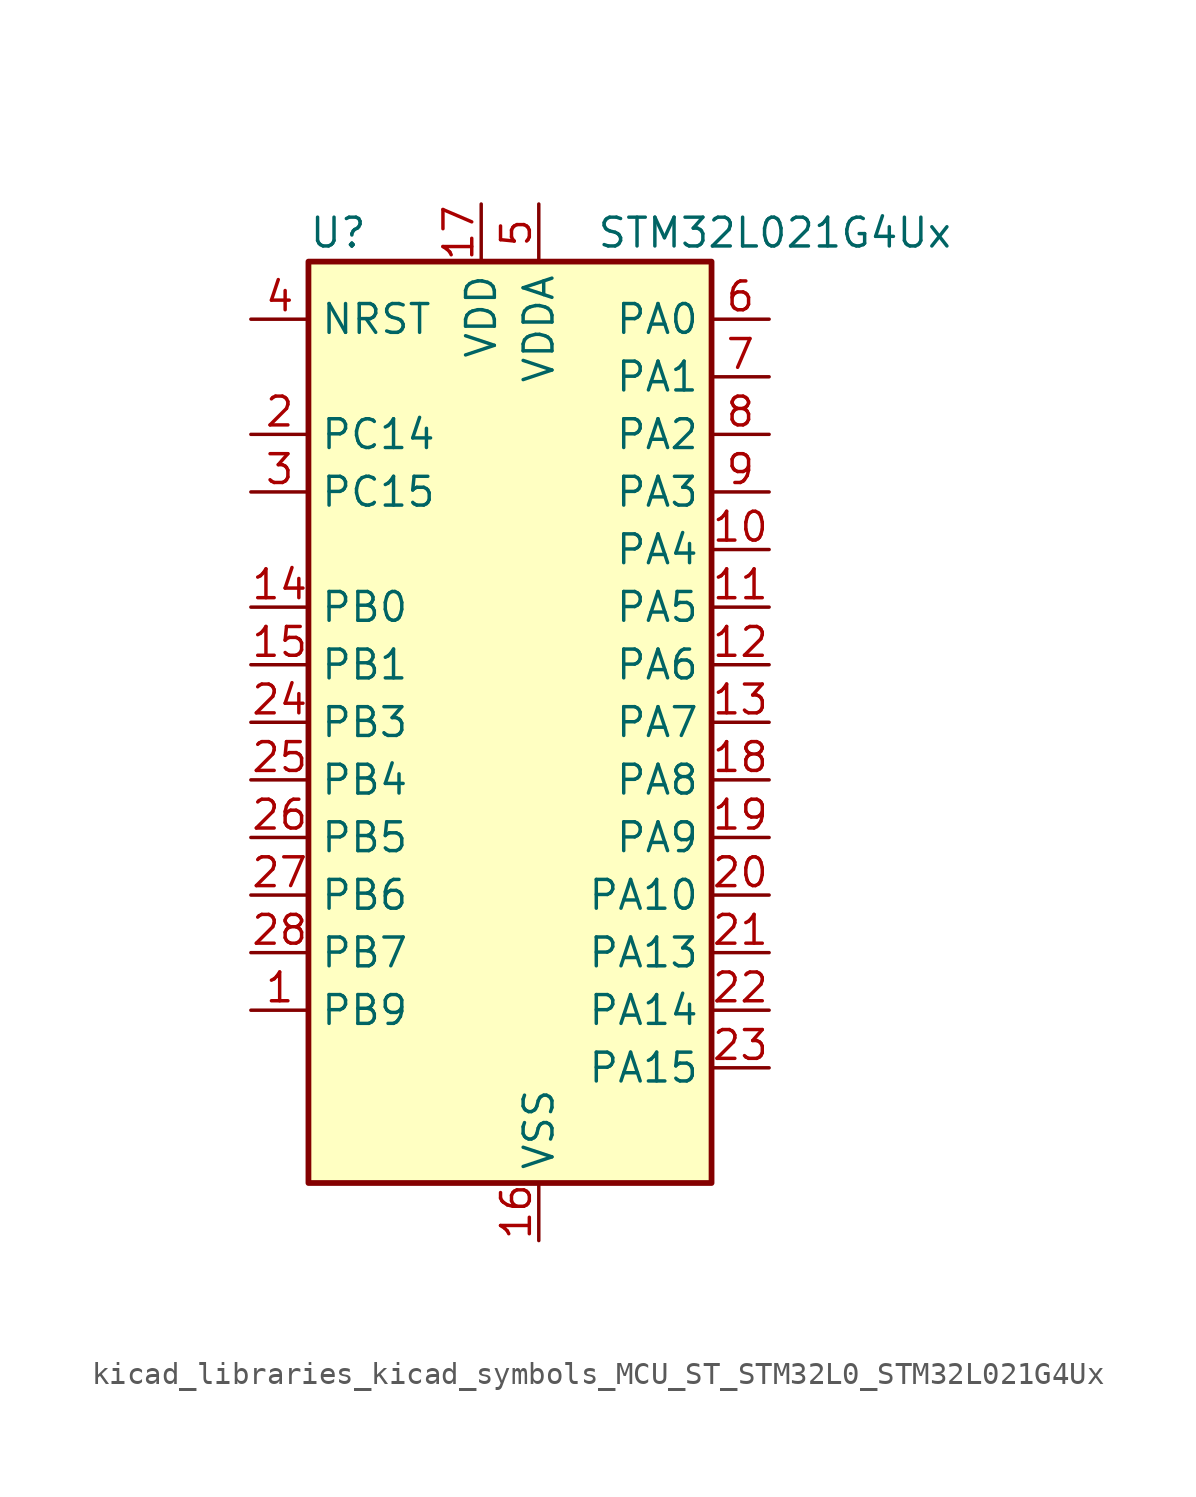
<source format=kicad_sym>
(kicad_symbol_lib
  (version 20220914)
  (generator kicad_symbol_editor)
  (symbol "kicad_libraries_kicad_symbols_MCU_ST_STM32L0_STM32L021G4Ux"
    (property "Reference" "U"
      (at -7.62 21.59 0)
      (effects (font (size 1.27 1.27)) (justify left)))
    (property "Value" "STM32L021G4Ux"
      (at 5.08 21.59 0)
      (effects (font (size 1.27 1.27)) (justify left)))
    (property "ki_locked" ""
      (at 0 0 0)
      (effects (font (size 1.27 1.27))))
    (symbol "kicad_libraries_kicad_symbols_MCU_ST_STM32L0_STM32L021G4Ux_0_1"
      (rectangle (start -7.62 -20.32) (end 10.16 20.32) (stroke (width 0.254) (type default)) (fill (type background))))
    (symbol "kicad_libraries_kicad_symbols_MCU_ST_STM32L0_STM32L021G4Ux_1_1"
      (pin bidirectional line (at -10.16 -12.7 0) (length 2.54) (name "PB9" (effects (font (size 1.27 1.27)))) (number "1" (effects (font (size 1.27 1.27)))))
      (pin bidirectional line (at 12.7 7.62 180) (length 2.54) (name "PA4" (effects (font (size 1.27 1.27)))) (number "10" (effects (font (size 1.27 1.27)))) (alternate "ADC_IN4" bidirectional line) (alternate "COMP1_INM" bidirectional line) (alternate "COMP2_INM" bidirectional line) (alternate "COMP2_OUT" bidirectional line) (alternate "I2C1_SCL" bidirectional line) (alternate "LPTIM1_ETR" bidirectional line) (alternate "LPTIM1_IN1" bidirectional line) (alternate "LPUART1_TX" bidirectional line) (alternate "SPI1_NSS" bidirectional line) (alternate "TIM2_ETR" bidirectional line) (alternate "USART2_CK" bidirectional line))
      (pin bidirectional line (at 12.7 5.08 180) (length 2.54) (name "PA5" (effects (font (size 1.27 1.27)))) (number "11" (effects (font (size 1.27 1.27)))) (alternate "ADC_IN5" bidirectional line) (alternate "COMP1_INM" bidirectional line) (alternate "COMP2_INM" bidirectional line) (alternate "LPTIM1_IN2" bidirectional line) (alternate "SPI1_SCK" bidirectional line) (alternate "TIM2_CH1" bidirectional line) (alternate "TIM2_ETR" bidirectional line))
      (pin bidirectional line (at 12.7 2.54 180) (length 2.54) (name "PA6" (effects (font (size 1.27 1.27)))) (number "12" (effects (font (size 1.27 1.27)))) (alternate "ADC_IN6" bidirectional line) (alternate "COMP1_OUT" bidirectional line) (alternate "LPTIM1_ETR" bidirectional line) (alternate "LPUART1_CTS" bidirectional line) (alternate "SPI1_MISO" bidirectional line))
      (pin bidirectional line (at 12.7 0 180) (length 2.54) (name "PA7" (effects (font (size 1.27 1.27)))) (number "13" (effects (font (size 1.27 1.27)))) (alternate "ADC_IN7" bidirectional line) (alternate "COMP2_INP" bidirectional line) (alternate "COMP2_OUT" bidirectional line) (alternate "LPTIM1_OUT" bidirectional line) (alternate "SPI1_MOSI" bidirectional line) (alternate "TIM21_ETR" bidirectional line) (alternate "USART2_CTS" bidirectional line))
      (pin bidirectional line (at -10.16 5.08 0) (length 2.54) (name "PB0" (effects (font (size 1.27 1.27)))) (number "14" (effects (font (size 1.27 1.27)))) (alternate "ADC_IN8" bidirectional line) (alternate "SPI1_MISO" bidirectional line) (alternate "SYS_VREF_OUT_PB0" bidirectional line) (alternate "TIM2_CH2" bidirectional line) (alternate "TIM2_CH3" bidirectional line) (alternate "USART2_DE" bidirectional line) (alternate "USART2_RTS" bidirectional line))
      (pin bidirectional line (at -10.16 2.54 0) (length 2.54) (name "PB1" (effects (font (size 1.27 1.27)))) (number "15" (effects (font (size 1.27 1.27)))) (alternate "ADC_IN9" bidirectional line) (alternate "LPTIM1_IN1" bidirectional line) (alternate "LPUART1_DE" bidirectional line) (alternate "LPUART1_RTS" bidirectional line) (alternate "SPI1_MOSI" bidirectional line) (alternate "SYS_VREF_OUT_PB1" bidirectional line) (alternate "TIM2_CH4" bidirectional line) (alternate "USART2_CK" bidirectional line))
      (pin power_in line (at 2.54 -22.86 90) (length 2.54) (name "VSS" (effects (font (size 1.27 1.27)))) (number "16" (effects (font (size 1.27 1.27)))))
      (pin power_in line (at 0 22.86 270) (length 2.54) (name "VDD" (effects (font (size 1.27 1.27)))) (number "17" (effects (font (size 1.27 1.27)))))
      (pin bidirectional line (at 12.7 -2.54 180) (length 2.54) (name "PA8" (effects (font (size 1.27 1.27)))) (number "18" (effects (font (size 1.27 1.27)))) (alternate "LPTIM1_IN1" bidirectional line) (alternate "RCC_MCO" bidirectional line) (alternate "TIM2_CH1" bidirectional line) (alternate "USART2_CK" bidirectional line))
      (pin bidirectional line (at 12.7 -5.08 180) (length 2.54) (name "PA9" (effects (font (size 1.27 1.27)))) (number "19" (effects (font (size 1.27 1.27)))) (alternate "COMP1_OUT" bidirectional line) (alternate "I2C1_SCL" bidirectional line) (alternate "LPTIM1_OUT" bidirectional line) (alternate "RCC_MCO" bidirectional line) (alternate "TIM21_CH2" bidirectional line) (alternate "USART2_TX" bidirectional line))
      (pin bidirectional line (at -10.16 12.7 0) (length 2.54) (name "PC14" (effects (font (size 1.27 1.27)))) (number "2" (effects (font (size 1.27 1.27)))) (alternate "RCC_OSC32_IN" bidirectional line))
      (pin bidirectional line (at 12.7 -7.62 180) (length 2.54) (name "PA10" (effects (font (size 1.27 1.27)))) (number "20" (effects (font (size 1.27 1.27)))) (alternate "COMP1_OUT" bidirectional line) (alternate "I2C1_SDA" bidirectional line) (alternate "RTC_REFIN" bidirectional line) (alternate "TIM21_CH1" bidirectional line) (alternate "TIM2_CH3" bidirectional line) (alternate "USART2_RX" bidirectional line))
      (pin bidirectional line (at 12.7 -10.16 180) (length 2.54) (name "PA13" (effects (font (size 1.27 1.27)))) (number "21" (effects (font (size 1.27 1.27)))) (alternate "COMP1_OUT" bidirectional line) (alternate "I2C1_SDA" bidirectional line) (alternate "LPTIM1_ETR" bidirectional line) (alternate "LPUART1_RX" bidirectional line) (alternate "SPI1_SCK" bidirectional line) (alternate "SYS_SWDIO" bidirectional line))
      (pin bidirectional line (at 12.7 -12.7 180) (length 2.54) (name "PA14" (effects (font (size 1.27 1.27)))) (number "22" (effects (font (size 1.27 1.27)))) (alternate "COMP2_OUT" bidirectional line) (alternate "I2C1_SMBA" bidirectional line) (alternate "LPTIM1_OUT" bidirectional line) (alternate "LPUART1_TX" bidirectional line) (alternate "SPI1_MISO" bidirectional line) (alternate "SYS_SWCLK" bidirectional line) (alternate "USART2_TX" bidirectional line))
      (pin bidirectional line (at 12.7 -15.24 180) (length 2.54) (name "PA15" (effects (font (size 1.27 1.27)))) (number "23" (effects (font (size 1.27 1.27)))) (alternate "SPI1_NSS" bidirectional line) (alternate "TIM2_CH1" bidirectional line) (alternate "TIM2_ETR" bidirectional line) (alternate "USART2_RX" bidirectional line))
      (pin bidirectional line (at -10.16 0 0) (length 2.54) (name "PB3" (effects (font (size 1.27 1.27)))) (number "24" (effects (font (size 1.27 1.27)))) (alternate "COMP2_INM" bidirectional line) (alternate "SPI1_SCK" bidirectional line) (alternate "TIM2_CH2" bidirectional line))
      (pin bidirectional line (at -10.16 -2.54 0) (length 2.54) (name "PB4" (effects (font (size 1.27 1.27)))) (number "25" (effects (font (size 1.27 1.27)))) (alternate "COMP2_INP" bidirectional line) (alternate "SPI1_MISO" bidirectional line))
      (pin bidirectional line (at -10.16 -5.08 0) (length 2.54) (name "PB5" (effects (font (size 1.27 1.27)))) (number "26" (effects (font (size 1.27 1.27)))) (alternate "COMP2_INP" bidirectional line) (alternate "I2C1_SMBA" bidirectional line) (alternate "LPTIM1_IN1" bidirectional line) (alternate "SPI1_MOSI" bidirectional line) (alternate "TIM21_CH1" bidirectional line))
      (pin bidirectional line (at -10.16 -7.62 0) (length 2.54) (name "PB6" (effects (font (size 1.27 1.27)))) (number "27" (effects (font (size 1.27 1.27)))) (alternate "COMP2_INP" bidirectional line) (alternate "I2C1_SCL" bidirectional line) (alternate "LPTIM1_ETR" bidirectional line) (alternate "LPUART1_TX" bidirectional line) (alternate "TIM2_CH3" bidirectional line) (alternate "USART2_TX" bidirectional line))
      (pin bidirectional line (at -10.16 -10.16 0) (length 2.54) (name "PB7" (effects (font (size 1.27 1.27)))) (number "28" (effects (font (size 1.27 1.27)))) (alternate "COMP2_INP" bidirectional line) (alternate "I2C1_SDA" bidirectional line) (alternate "LPTIM1_IN2" bidirectional line) (alternate "LPUART1_RX" bidirectional line) (alternate "SYS_PVD_IN" bidirectional line) (alternate "TIM2_CH4" bidirectional line) (alternate "USART2_RX" bidirectional line))
      (pin bidirectional line (at -10.16 10.16 0) (length 2.54) (name "PC15" (effects (font (size 1.27 1.27)))) (number "3" (effects (font (size 1.27 1.27)))) (alternate "RCC_OSC32_OUT" bidirectional line))
      (pin input line (at -10.16 17.78 0) (length 2.54) (name "NRST" (effects (font (size 1.27 1.27)))) (number "4" (effects (font (size 1.27 1.27)))))
      (pin power_in line (at 2.54 22.86 270) (length 2.54) (name "VDDA" (effects (font (size 1.27 1.27)))) (number "5" (effects (font (size 1.27 1.27)))))
      (pin bidirectional line (at 12.7 17.78 180) (length 2.54) (name "PA0" (effects (font (size 1.27 1.27)))) (number "6" (effects (font (size 1.27 1.27)))) (alternate "ADC_IN0" bidirectional line) (alternate "COMP1_INM" bidirectional line) (alternate "COMP1_OUT" bidirectional line) (alternate "LPTIM1_IN1" bidirectional line) (alternate "LPUART1_RX" bidirectional line) (alternate "RCC_CK_IN" bidirectional line) (alternate "RTC_TAMP2" bidirectional line) (alternate "SYS_WKUP1" bidirectional line) (alternate "TIM2_CH1" bidirectional line) (alternate "TIM2_ETR" bidirectional line) (alternate "USART2_CTS" bidirectional line) (alternate "USART2_RX" bidirectional line))
      (pin bidirectional line (at 12.7 15.24 180) (length 2.54) (name "PA1" (effects (font (size 1.27 1.27)))) (number "7" (effects (font (size 1.27 1.27)))) (alternate "ADC_IN1" bidirectional line) (alternate "COMP1_INP" bidirectional line) (alternate "I2C1_SMBA" bidirectional line) (alternate "LPTIM1_IN2" bidirectional line) (alternate "LPUART1_TX" bidirectional line) (alternate "TIM21_ETR" bidirectional line) (alternate "TIM2_CH2" bidirectional line) (alternate "USART2_DE" bidirectional line) (alternate "USART2_RTS" bidirectional line))
      (pin bidirectional line (at 12.7 12.7 180) (length 2.54) (name "PA2" (effects (font (size 1.27 1.27)))) (number "8" (effects (font (size 1.27 1.27)))) (alternate "ADC_IN2" bidirectional line) (alternate "COMP2_INM" bidirectional line) (alternate "COMP2_OUT" bidirectional line) (alternate "LPUART1_TX" bidirectional line) (alternate "RTC_OUT_ALARM" bidirectional line) (alternate "RTC_OUT_CALIB" bidirectional line) (alternate "RTC_TAMP3" bidirectional line) (alternate "RTC_TS" bidirectional line) (alternate "SYS_WKUP3" bidirectional line) (alternate "TIM21_CH1" bidirectional line) (alternate "TIM2_CH3" bidirectional line) (alternate "USART2_TX" bidirectional line))
      (pin bidirectional line (at 12.7 10.16 180) (length 2.54) (name "PA3" (effects (font (size 1.27 1.27)))) (number "9" (effects (font (size 1.27 1.27)))) (alternate "ADC_IN3" bidirectional line) (alternate "COMP2_INP" bidirectional line) (alternate "LPUART1_RX" bidirectional line) (alternate "TIM21_CH2" bidirectional line) (alternate "TIM2_CH4" bidirectional line) (alternate "USART2_RX" bidirectional line)))))
</source>
